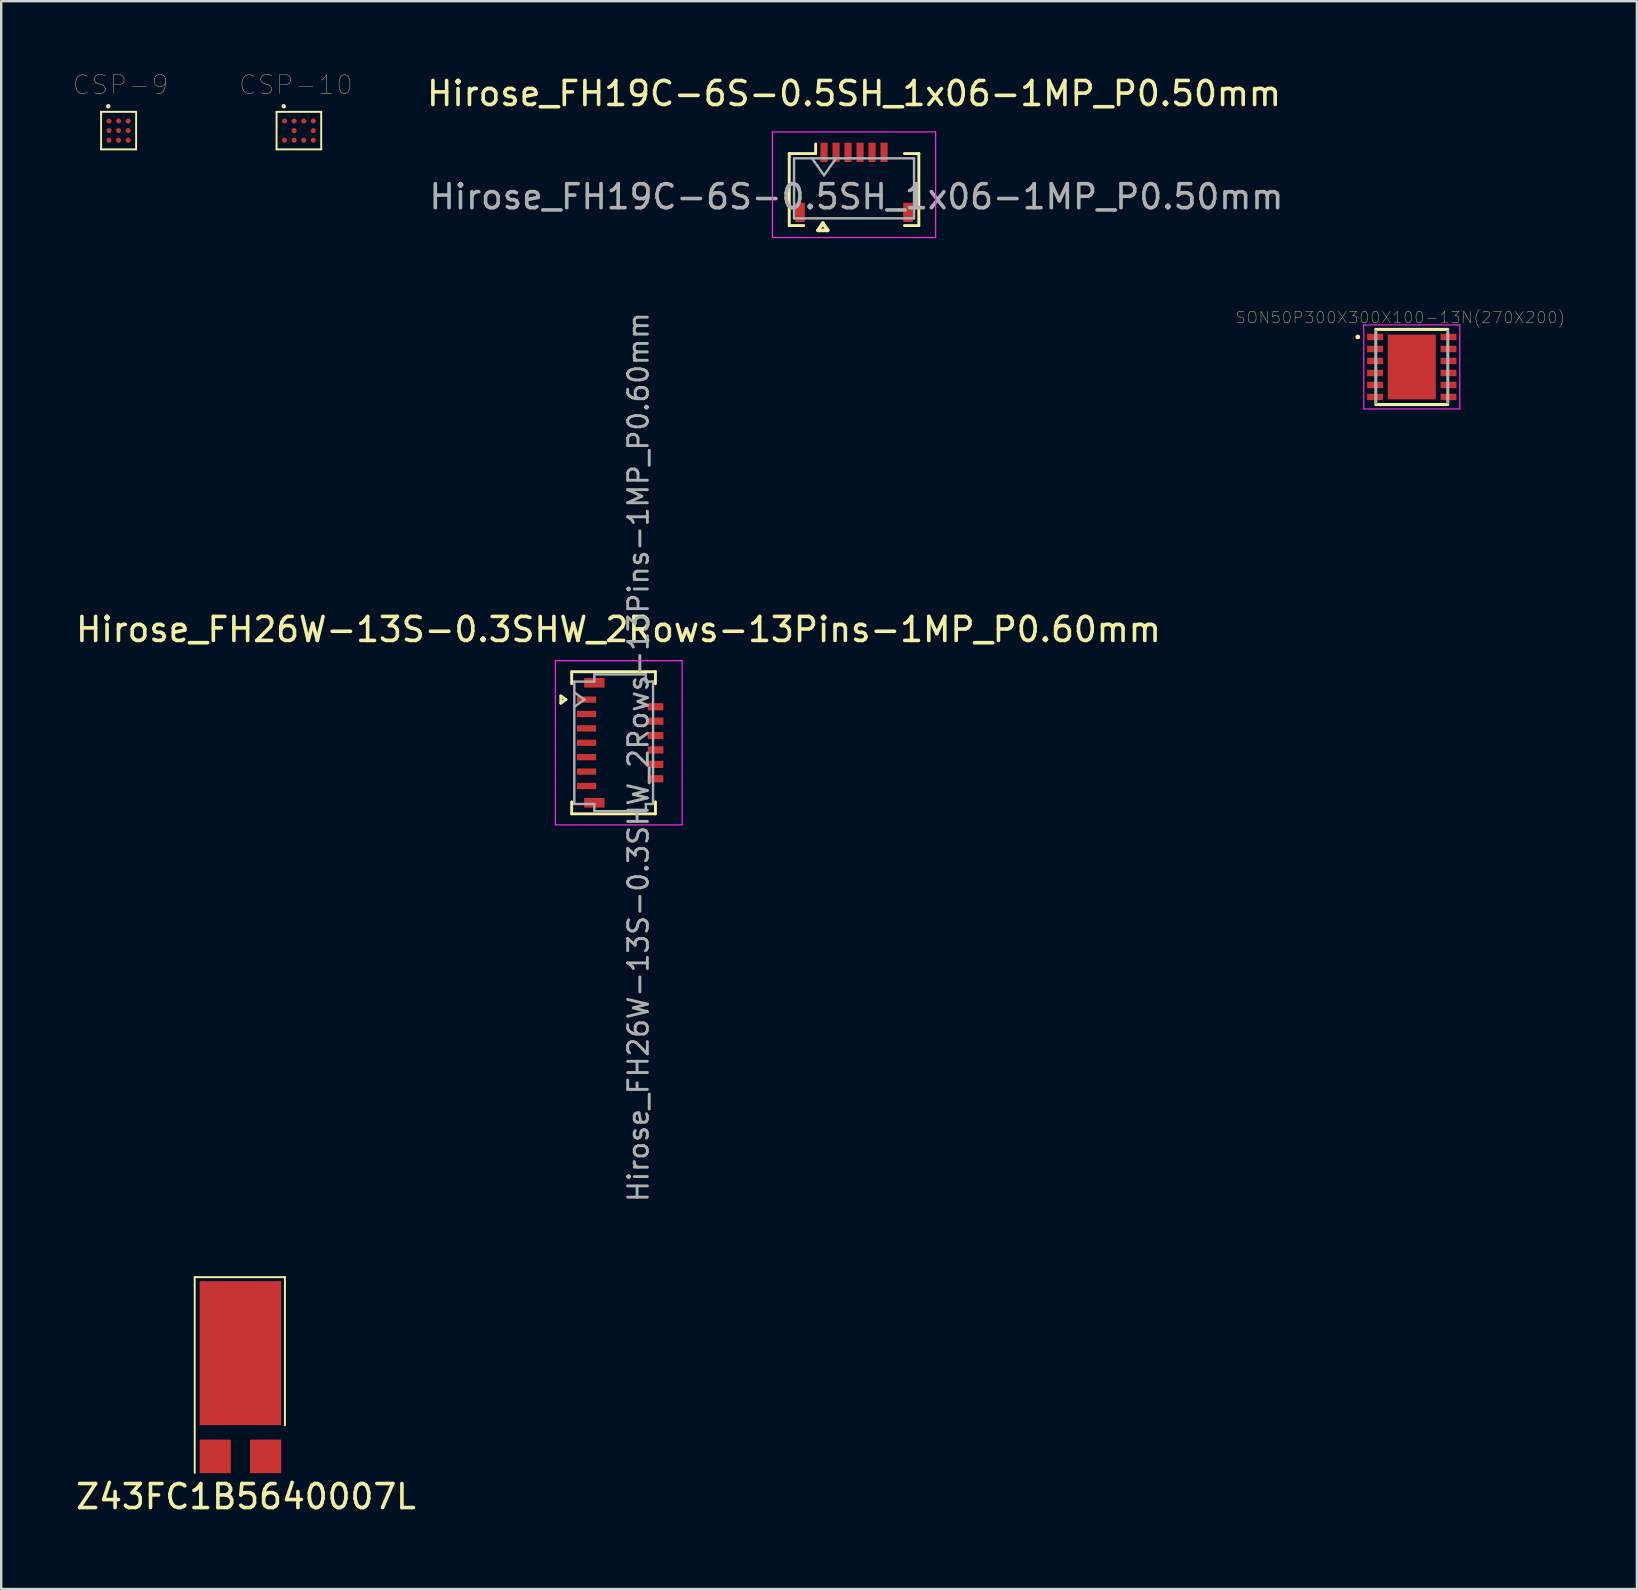
<source format=kicad_pcb>
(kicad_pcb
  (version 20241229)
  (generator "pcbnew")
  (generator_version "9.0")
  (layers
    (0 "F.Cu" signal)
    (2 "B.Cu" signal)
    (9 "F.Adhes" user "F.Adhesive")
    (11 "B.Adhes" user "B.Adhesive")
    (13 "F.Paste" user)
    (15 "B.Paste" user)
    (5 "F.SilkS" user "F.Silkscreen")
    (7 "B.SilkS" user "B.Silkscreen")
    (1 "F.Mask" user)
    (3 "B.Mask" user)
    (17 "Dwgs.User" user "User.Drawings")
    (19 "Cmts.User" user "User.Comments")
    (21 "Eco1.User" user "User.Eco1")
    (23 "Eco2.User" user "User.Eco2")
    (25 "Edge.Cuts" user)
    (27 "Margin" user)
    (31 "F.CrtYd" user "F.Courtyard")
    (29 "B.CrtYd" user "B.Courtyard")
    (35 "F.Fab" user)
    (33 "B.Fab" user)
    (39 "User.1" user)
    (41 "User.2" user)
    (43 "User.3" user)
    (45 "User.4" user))
  (footprint "CSP-9"
    (layer "F.Cu")
    (at 1.892 2.392)
    (property "Reference" "CSP-9" (at 0.076 -1.905 0) (layer "F.SilkS") (effects (font (size 0.787 0.787) (thickness 0.015))))
    (attr through_hole)
    (fp_line (start -0.73 0.782) (end -0.73 -0.782) (stroke (width 0.08) (type solid)) (layer "F.SilkS"))
    (fp_line (start 0.73 -0.782) (end -0.73 -0.782) (stroke (width 0.08) (type solid)) (layer "F.SilkS"))
    (fp_line (start 0.73 -0.782) (end 0.73 0.782) (stroke (width 0.08) (type solid)) (layer "F.SilkS"))
    (fp_line (start 0.73 0.782) (end -0.73 0.782) (stroke (width 0.08) (type solid)) (layer "F.SilkS"))
    (fp_circle (center -0.432 -1.016) (end -0.381 -1.016) (stroke (width 0.08) (type solid)) (fill no) (layer "F.SilkS"))
    (pad "A1" smd circle (at -0.4 -0.4) (size 0.21 0.21) (layers "F.Cu" "F.Mask" "F.Paste"))
    (pad "A2" smd circle (at 0 -0.4) (size 0.21 0.21) (layers "F.Cu" "F.Mask" "F.Paste"))
    (pad "A3" smd circle (at 0.4 -0.4) (size 0.21 0.21) (layers "F.Cu" "F.Mask" "F.Paste"))
    (pad "B1" smd circle (at -0.4 0) (size 0.21 0.21) (layers "F.Cu" "F.Mask" "F.Paste"))
    (pad "B2" smd circle (at 0 0) (size 0.21 0.21) (layers "F.Cu" "F.Mask" "F.Paste"))
    (pad "B3" smd circle (at 0.4 0) (size 0.21 0.21) (layers "F.Cu" "F.Mask" "F.Paste"))
    (pad "C1" smd circle (at -0.4 0.4) (size 0.21 0.21) (layers "F.Cu" "F.Mask" "F.Paste"))
    (pad "C2" smd circle (at 0 0.4) (size 0.21 0.21) (layers "F.Cu" "F.Mask" "F.Paste"))
    (pad "C3" smd circle (at 0.4 0.4) (size 0.21 0.21) (layers "F.Cu" "F.Mask" "F.Paste")))
  (footprint "Hirose_FH26W-13S-0.3SHW_2Rows-13Pins-1MP_P0.60mm"
    (layer "F.Cu")
    (at 22.79 27.899)
    (property "Reference" "Hirose_FH26W-13S-0.3SHW_2Rows-13Pins-1MP_P0.60mm" (at -0.07 -4.72 0) (layer "F.SilkS") (effects (font (size 1 1) (thickness 0.15))))
    (attr smd)
    (fp_line (start -2.472 -1.95) (end -2.26 -1.8) (stroke (width 0.12) (type solid)) (layer "F.SilkS"))
    (fp_line (start -2.472 -1.65) (end -2.472 -1.95) (stroke (width 0.12) (type solid)) (layer "F.SilkS"))
    (fp_line (start -2.26 -1.8) (end -2.472 -1.65) (stroke (width 0.12) (type solid)) (layer "F.SilkS"))
    (fp_line (start -2.02 -2.96) (end 1.47 -2.96) (stroke (width 0.12) (type solid)) (layer "F.SilkS"))
    (fp_line (start -2.02 -2.46) (end -2.02 -2.96) (stroke (width 0.12) (type solid)) (layer "F.SilkS"))
    (fp_line (start -2.02 2.46) (end -2.02 2.96) (stroke (width 0.12) (type solid)) (layer "F.SilkS"))
    (fp_line (start -2.02 2.96) (end 1.47 2.96) (stroke (width 0.12) (type solid)) (layer "F.SilkS"))
    (fp_line (start 1.47 -2.46) (end 1.47 -2.96) (stroke (width 0.12) (type solid)) (layer "F.SilkS"))
    (fp_line (start 1.47 2.46) (end 1.47 2.96) (stroke (width 0.12) (type solid)) (layer "F.SilkS"))
    (fp_line (start -2.7 -3.42) (end -2.7 3.42) (stroke (width 0.05) (type solid)) (layer "F.CrtYd"))
    (fp_line (start -2.7 3.42) (end 2.58 3.42) (stroke (width 0.05) (type solid)) (layer "F.CrtYd"))
    (fp_line (start 2.58 -3.42) (end -2.7 -3.42) (stroke (width 0.05) (type solid)) (layer "F.CrtYd"))
    (fp_line (start 2.58 3.42) (end 2.58 -3.42) (stroke (width 0.05) (type solid)) (layer "F.CrtYd"))
    (fp_line (start -1.91 -2.55) (end -1.075 -2.55) (stroke (width 0.1) (type solid)) (layer "F.Fab"))
    (fp_line (start -1.91 -2.1) (end -1.486 -1.8) (stroke (width 0.1) (type solid)) (layer "F.Fab"))
    (fp_line (start -1.91 2.55) (end -1.91 -2.55) (stroke (width 0.1) (type solid)) (layer "F.Fab"))
    (fp_line (start -1.91 2.55) (end -1.075 2.55) (stroke (width 0.1) (type solid)) (layer "F.Fab"))
    (fp_line (start -1.486 -1.8) (end -1.91 -1.5) (stroke (width 0.1) (type solid)) (layer "F.Fab"))
    (fp_line (start -1.075 -2.85) (end 1.07 -2.85) (stroke (width 0.1) (type solid)) (layer "F.Fab"))
    (fp_line (start -1.075 -2.55) (end -1.075 -2.85) (stroke (width 0.1) (type solid)) (layer "F.Fab"))
    (fp_line (start -1.075 2.55) (end -1.075 2.85) (stroke (width 0.1) (type solid)) (layer "F.Fab"))
    (fp_line (start -1.075 2.85) (end 1.07 2.85) (stroke (width 0.1) (type solid)) (layer "F.Fab"))
    (fp_line (start 1.07 -2.55) (end 1.07 -2.85) (stroke (width 0.1) (type solid)) (layer "F.Fab"))
    (fp_line (start 1.07 2.55) (end 1.07 2.85) (stroke (width 0.1) (type solid)) (layer "F.Fab"))
    (fp_line (start 1.37 -2.55) (end 1.07 -2.55) (stroke (width 0.1) (type solid)) (layer "F.Fab"))
    (fp_line (start 1.37 2.55) (end 1.07 2.55) (stroke (width 0.1) (type solid)) (layer "F.Fab"))
    (fp_line (start 1.37 2.55) (end 1.37 -2.55) (stroke (width 0.1) (type solid)) (layer "F.Fab"))
    (fp_text user "${REFERENCE}" (at 0.76 0.6 90) (layer "F.Fab") (effects (font (size 0.82 0.82) (thickness 0.12))))
    (pad "1" smd rect (at -1.4 -1.8) (size 0.8 0.26) (layers "F.Cu" "F.Mask" "F.Paste"))
    (pad "2" smd rect (at 1.475 -1.5) (size 0.65 0.3) (layers "F.Cu" "F.Mask" "F.Paste"))
    (pad "3" smd rect (at -1.4 -1.2) (size 0.8 0.26) (layers "F.Cu" "F.Mask" "F.Paste"))
    (pad "4" smd rect (at 1.475 -0.9) (size 0.65 0.3) (layers "F.Cu" "F.Mask" "F.Paste"))
    (pad "5" smd rect (at -1.4 -0.6) (size 0.8 0.26) (layers "F.Cu" "F.Mask" "F.Paste"))
    (pad "6" smd rect (at 1.475 -0.3) (size 0.65 0.3) (layers "F.Cu" "F.Mask" "F.Paste"))
    (pad "7" smd rect (at -1.4 0) (size 0.8 0.26) (layers "F.Cu" "F.Mask" "F.Paste"))
    (pad "8" smd rect (at 1.475 0.3) (size 0.65 0.3) (layers "F.Cu" "F.Mask" "F.Paste"))
    (pad "9" smd rect (at -1.4 0.6) (size 0.8 0.26) (layers "F.Cu" "F.Mask" "F.Paste"))
    (pad "10" smd rect (at 1.475 0.9) (size 0.65 0.3) (layers "F.Cu" "F.Mask" "F.Paste"))
    (pad "11" smd rect (at -1.4 1.2) (size 0.8 0.26) (layers "F.Cu" "F.Mask" "F.Paste"))
    (pad "12" smd rect (at 1.475 1.5) (size 0.65 0.3) (layers "F.Cu" "F.Mask" "F.Paste"))
    (pad "13" smd rect (at -1.4 1.8) (size 0.8 0.26) (layers "F.Cu" "F.Mask" "F.Paste"))
    (pad "MP" smd rect (at -1.075 -2.5) (size 0.85 0.4) (layers "F.Cu" "F.Mask" "F.Paste"))
    (pad "MP" smd rect (at -1.075 2.5) (size 0.85 0.4) (layers "F.Cu" "F.Mask" "F.Paste")))
  (footprint "Z43FC1B5640007L"
    (layer "F.Cu")
    (at 6.968 57.633)
    (property "Reference" "Z43FC1B5640007L" (at 0.229 1.676 0) (layer "F.SilkS") (effects (font (size 1 1) (thickness 0.15))))
    (attr through_hole)
    (fp_line (start -1.905 -7.468) (end 1.854 -7.468) (stroke (width 0.08) (type solid)) (layer "F.SilkS"))
    (fp_line (start -1.905 0.686) (end -1.905 -7.468) (stroke (width 0.08) (type solid)) (layer "F.SilkS"))
    (fp_line (start 1.854 -7.468) (end 1.854 -1.295) (stroke (width 0.08) (type solid)) (layer "F.SilkS"))
    (pad "1" smd rect (at -1.05 0) (size 1.3 1.4) (layers "F.Cu" "F.Mask" "F.Paste"))
    (pad "2" smd rect (at 1.05 0) (size 1.3 1.4) (layers "F.Cu" "F.Mask" "F.Paste"))
    (pad "3" smd rect (at 0 -4.3) (size 3.4 6) (layers "F.Cu" "F.Mask" "F.Paste")))
  (footprint "CSP-10"
    (layer "F.Cu")
    (at 9.204 2.392)
    (property "Reference" "CSP-10" (at 0.076 -1.905 0) (layer "F.SilkS") (effects (font (size 0.787 0.787) (thickness 0.015))))
    (attr through_hole)
    (fp_line (start -0.73 0.782) (end -0.73 -0.782) (stroke (width 0.08) (type solid)) (layer "F.SilkS"))
    (fp_line (start 1.13 -0.782) (end -0.73 -0.782) (stroke (width 0.08) (type solid)) (layer "F.SilkS"))
    (fp_line (start 1.13 -0.782) (end 1.13 0.782) (stroke (width 0.08) (type solid)) (layer "F.SilkS"))
    (fp_line (start 1.13 0.782) (end -0.73 0.782) (stroke (width 0.08) (type solid)) (layer "F.SilkS"))
    (fp_circle (center -0.432 -1.016) (end -0.381 -1.016) (stroke (width 0.08) (type solid)) (fill no) (layer "F.SilkS"))
    (pad "A1" smd circle (at -0.4 -0.4) (size 0.21 0.21) (layers "F.Cu" "F.Mask" "F.Paste"))
    (pad "A3" smd circle (at -0.4 0.4) (size 0.21 0.21) (layers "F.Cu" "F.Mask" "F.Paste"))
    (pad "B1" smd circle (at 0 -0.4) (size 0.21 0.21) (layers "F.Cu" "F.Mask" "F.Paste"))
    (pad "B2" smd circle (at 0 0) (size 0.21 0.21) (layers "F.Cu" "F.Mask" "F.Paste"))
    (pad "B3" smd circle (at 0 0.4) (size 0.21 0.21) (layers "F.Cu" "F.Mask" "F.Paste"))
    (pad "C1" smd circle (at 0.4 -0.4) (size 0.21 0.21) (layers "F.Cu" "F.Mask" "F.Paste"))
    (pad "C3" smd circle (at 0.4 0.4) (size 0.21 0.21) (layers "F.Cu" "F.Mask" "F.Paste"))
    (pad "D1" smd circle (at 0.8 -0.4) (size 0.21 0.21) (layers "F.Cu" "F.Mask" "F.Paste"))
    (pad "D2" smd circle (at 0.8 0) (size 0.21 0.21) (layers "F.Cu" "F.Mask" "F.Paste"))
    (pad "D3" smd circle (at 0.8 0.4) (size 0.21 0.21) (layers "F.Cu" "F.Mask" "F.Paste")))
  (footprint "Hirose_FH19C-6S-0.5SH_1x06-1MP_P0.50mm"
    (layer "F.Cu")
    (at 32.535 4.548)
    (property "Reference" "Hirose_FH19C-6S-0.5SH_1x06-1MP_P0.50mm" (at 0 -3.7 0) (layer "F.SilkS") (effects (font (size 1 1) (thickness 0.15))))
    (attr smd)
    (fp_line (start -2.7 -1.2) (end -2.7 1.8) (stroke (width 0.12) (type solid)) (layer "F.SilkS"))
    (fp_line (start -2.1 1.8) (end -2.7 1.8) (stroke (width 0.12) (type solid)) (layer "F.SilkS"))
    (fp_line (start -1.6 -1.6) (end -1.6 -1.2) (stroke (width 0.12) (type solid)) (layer "F.SilkS"))
    (fp_line (start -1.6 -1.2) (end -2.7 -1.2) (stroke (width 0.12) (type solid)) (layer "F.SilkS"))
    (fp_line (start -1.5 2) (end -1.1 2) (stroke (width 0.152) (type solid)) (layer "F.SilkS"))
    (fp_line (start -1.3 1.7) (end -1.5 2) (stroke (width 0.152) (type solid)) (layer "F.SilkS"))
    (fp_line (start -1.1 2) (end -1.3 1.7) (stroke (width 0.152) (type solid)) (layer "F.SilkS"))
    (fp_line (start 2.1 -1.2) (end 2.7 -1.2) (stroke (width 0.12) (type solid)) (layer "F.SilkS"))
    (fp_line (start 2.1 1.8) (end 2.7 1.8) (stroke (width 0.12) (type solid)) (layer "F.SilkS"))
    (fp_line (start 2.7 -1.2) (end 2.7 1.8) (stroke (width 0.12) (type solid)) (layer "F.SilkS"))
    (fp_line (start -3.4 -2.1) (end -3.4 2.3) (stroke (width 0.05) (type solid)) (layer "F.CrtYd"))
    (fp_line (start -3.4 2.3) (end 3.4 2.3) (stroke (width 0.05) (type solid)) (layer "F.CrtYd"))
    (fp_line (start 3.4 -2.1) (end -3.4 -2.1) (stroke (width 0.05) (type solid)) (layer "F.CrtYd"))
    (fp_line (start 3.4 2.3) (end 3.4 -2.1) (stroke (width 0.05) (type solid)) (layer "F.CrtYd"))
    (fp_line (start -2.5 -1) (end -2.5 1.5) (stroke (width 0.1) (type solid)) (layer "F.Fab"))
    (fp_line (start -2.5 1.5) (end 2.5 1.5) (stroke (width 0.1) (type solid)) (layer "F.Fab"))
    (fp_line (start -1.75 -1) (end -1.25 -0.293) (stroke (width 0.1) (type solid)) (layer "F.Fab"))
    (fp_line (start -1.25 -0.293) (end -0.75 -1) (stroke (width 0.1) (type solid)) (layer "F.Fab"))
    (fp_line (start 0 -1) (end -2.5 -1) (stroke (width 0.1) (type solid)) (layer "F.Fab"))
    (fp_line (start 0 -1) (end 2.5 -1) (stroke (width 0.1) (type solid)) (layer "F.Fab"))
    (fp_line (start 2.5 -1) (end 2.5 1.5) (stroke (width 0.1) (type solid)) (layer "F.Fab"))
    (fp_text user "${REFERENCE}" (at 0.1 0.6 0) (layer "F.Fab") (effects (font (size 1 1) (thickness 0.15))))
    (pad "1" smd rect (at -1.25 -1.25) (size 0.3 0.8) (layers "F.Cu" "F.Mask" "F.Paste"))
    (pad "2" smd rect (at -0.75 -1.25) (size 0.3 0.8) (layers "F.Cu" "F.Mask" "F.Paste"))
    (pad "3" smd rect (at -0.25 -1.25) (size 0.3 0.8) (layers "F.Cu" "F.Mask" "F.Paste"))
    (pad "4" smd rect (at 0.25 -1.25) (size 0.3 0.8) (layers "F.Cu" "F.Mask" "F.Paste"))
    (pad "5" smd rect (at 0.75 -1.25) (size 0.3 0.8) (layers "F.Cu" "F.Mask" "F.Paste"))
    (pad "6" smd rect (at 1.25 -1.25) (size 0.3 0.8) (layers "F.Cu" "F.Mask" "F.Paste"))
    (pad "MP" smd rect (at -2.25 1.25) (size 0.4 0.8) (layers "F.Cu" "F.Mask" "F.Paste"))
    (pad "MP" smd rect (at 2.25 1.25) (size 0.4 0.8) (layers "F.Cu" "F.Mask" "F.Paste")))
  (footprint "SON50P300X300X100-13N(270X200)"
    (layer "F.Cu")
    (at 55.774 12.24)
    (property "Reference" "SON50P300X300X100-13N(270X200)" (at -0.477 -2.059 0) (layer "F.SilkS") (effects (font (size 0.481 0.481) (thickness 0.015))))
    (attr through_hole)
    (fp_line (start -1.5 -1.565) (end 1.5 -1.565) (stroke (width 0.127) (type solid)) (layer "F.SilkS"))
    (fp_line (start 1.5 1.565) (end -1.5 1.565) (stroke (width 0.127) (type solid)) (layer "F.SilkS"))
    (fp_circle (center -2.25 -1.25) (end -2.2 -1.25) (stroke (width 0.1) (type solid)) (fill no) (layer "F.SilkS"))
    (fp_poly (pts (xy -0.781 0.11) (xy -0.11 0.11) (xy -0.11 1.132) (xy -0.781 1.132)) (stroke (width 0.01) (type solid)) (fill yes) (layer "F.Paste"))
    (fp_poly (pts (xy -0.781 -1.13) (xy -0.11 -1.13) (xy -0.11 -0.11) (xy -0.781 -0.11)) (stroke (width 0.01) (type solid)) (fill yes) (layer "F.Paste"))
    (fp_poly (pts (xy 0.11 0.11) (xy 0.78 0.11) (xy 0.78 1.131) (xy 0.11 1.131)) (stroke (width 0.01) (type solid)) (fill yes) (layer "F.Paste"))
    (fp_poly (pts (xy 0.11 -1.13) (xy 0.78 -1.13) (xy 0.78 -0.11) (xy 0.11 -0.11)) (stroke (width 0.01) (type solid)) (fill yes) (layer "F.Paste"))
    (fp_line (start -2 -1.75) (end 2 -1.75) (stroke (width 0.05) (type solid)) (layer "F.CrtYd"))
    (fp_line (start -2 1.75) (end -2 -1.75) (stroke (width 0.05) (type solid)) (layer "F.CrtYd"))
    (fp_line (start 2 -1.75) (end 2 1.75) (stroke (width 0.05) (type solid)) (layer "F.CrtYd"))
    (fp_line (start 2 1.75) (end -2 1.75) (stroke (width 0.05) (type solid)) (layer "F.CrtYd"))
    (fp_line (start -1.5 1.5) (end -1.5 -1.5) (stroke (width 0.127) (type solid)) (layer "F.Fab"))
    (fp_line (start 1.5 -1.5) (end 1.5 1.5) (stroke (width 0.127) (type solid)) (layer "F.Fab"))
    (pad "1" smd rect (at -1.53 -1.25) (size 0.66 0.27) (layers "F.Cu" "F.Mask" "F.Paste"))
    (pad "2" smd rect (at -1.53 -0.75) (size 0.66 0.27) (layers "F.Cu" "F.Mask" "F.Paste"))
    (pad "3" smd rect (at -1.53 -0.25) (size 0.66 0.27) (layers "F.Cu" "F.Mask" "F.Paste"))
    (pad "4" smd rect (at -1.53 0.25) (size 0.66 0.27) (layers "F.Cu" "F.Mask" "F.Paste"))
    (pad "5" smd rect (at -1.53 0.75) (size 0.66 0.27) (layers "F.Cu" "F.Mask" "F.Paste"))
    (pad "6" smd rect (at -1.53 1.25) (size 0.66 0.27) (layers "F.Cu" "F.Mask" "F.Paste"))
    (pad "7" smd rect (at 1.53 1.25) (size 0.66 0.27) (layers "F.Cu" "F.Mask" "F.Paste"))
    (pad "8" smd rect (at 1.53 0.75) (size 0.66 0.27) (layers "F.Cu" "F.Mask" "F.Paste"))
    (pad "9" smd rect (at 1.53 0.25) (size 0.66 0.27) (layers "F.Cu" "F.Mask" "F.Paste"))
    (pad "10" smd rect (at 1.53 -0.25) (size 0.66 0.27) (layers "F.Cu" "F.Mask" "F.Paste"))
    (pad "11" smd rect (at 1.53 -0.75) (size 0.66 0.27) (layers "F.Cu" "F.Mask" "F.Paste"))
    (pad "12" smd rect (at 1.53 -1.25) (size 0.66 0.27) (layers "F.Cu" "F.Mask" "F.Paste"))
    (pad "13" smd rect (at 0 0) (size 2 2.7) (layers "F.Cu" "F.Mask")))
  (gr_rect
    (start -3 -3)
    (end 65.154 63.158)
    (stroke (width 0.1) (type default))
    (fill no)
    (layer "Edge.Cuts")))
</source>
